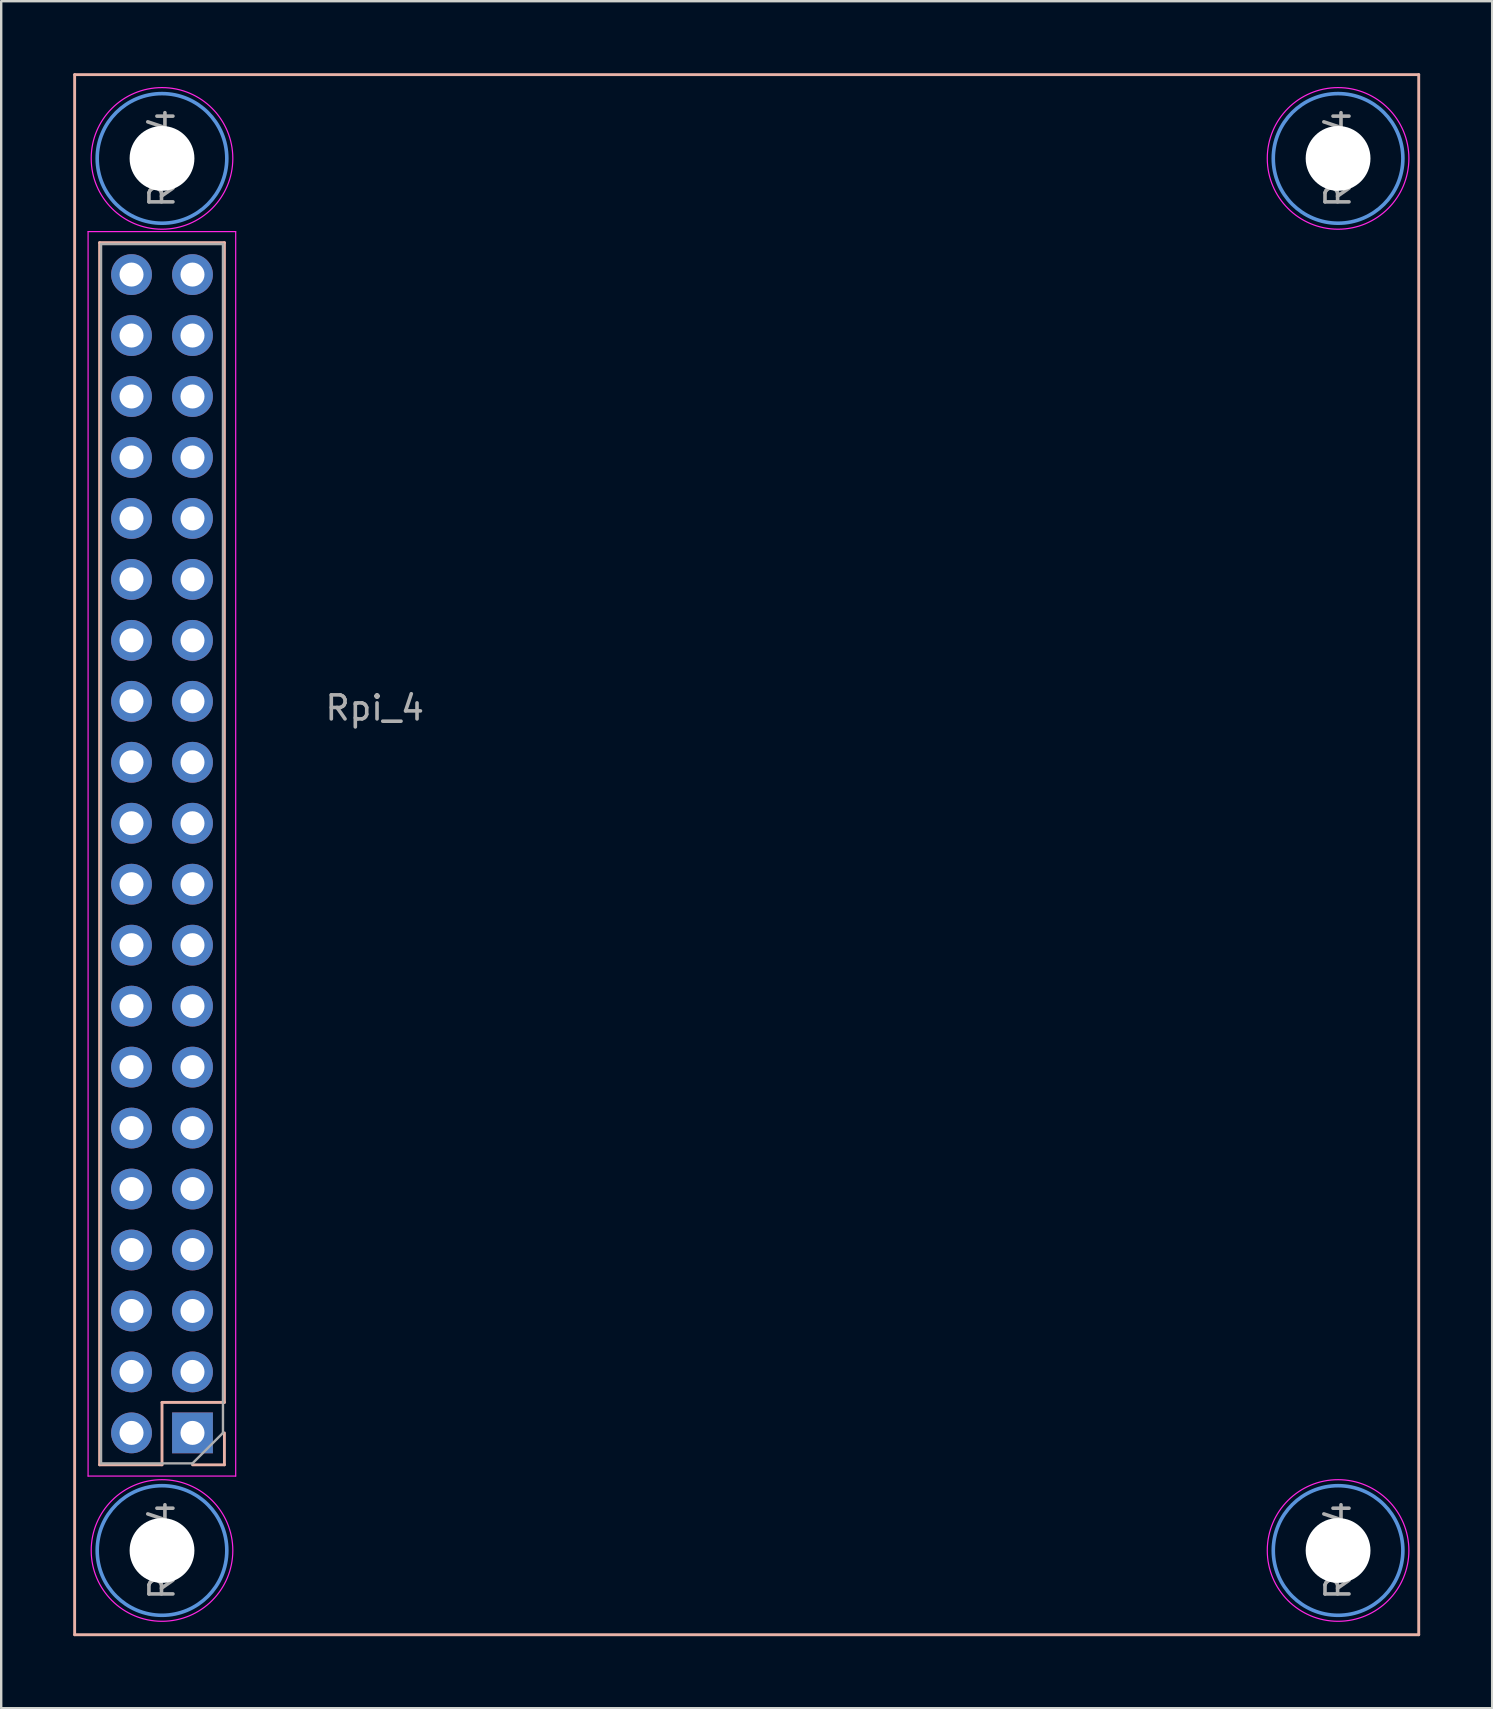
<source format=kicad_pcb>
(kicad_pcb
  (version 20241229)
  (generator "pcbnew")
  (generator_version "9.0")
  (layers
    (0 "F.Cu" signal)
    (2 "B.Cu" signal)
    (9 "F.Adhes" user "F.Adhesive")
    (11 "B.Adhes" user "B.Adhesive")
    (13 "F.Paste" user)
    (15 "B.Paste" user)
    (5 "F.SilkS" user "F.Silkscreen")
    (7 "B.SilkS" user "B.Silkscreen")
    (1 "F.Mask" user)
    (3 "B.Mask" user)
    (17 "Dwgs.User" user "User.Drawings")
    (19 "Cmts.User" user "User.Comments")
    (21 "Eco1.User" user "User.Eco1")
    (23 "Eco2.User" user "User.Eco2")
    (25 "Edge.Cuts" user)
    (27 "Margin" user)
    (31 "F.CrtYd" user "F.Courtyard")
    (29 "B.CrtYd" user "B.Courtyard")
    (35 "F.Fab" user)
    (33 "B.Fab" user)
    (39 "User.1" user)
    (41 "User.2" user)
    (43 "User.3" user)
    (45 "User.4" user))
  (footprint "Rpi_4"
    (layer "F.Cu")
    (at 29.65 34.5)
    (property "Reference" "Rpi_4" (at -17.087 -8.053 180) (layer "F.Fab") (effects (font (size 1 1) (thickness 0.15))))
    (attr through_hole)
    (fp_line (start -29.59 -34.44) (end -29.59 30.56) (stroke (width 0.12) (type solid)) (layer "B.SilkS"))
    (fp_line (start -29.59 30.56) (end 26.41 30.56) (stroke (width 0.12) (type solid)) (layer "B.SilkS"))
    (fp_line (start -28.55 23.48) (end -28.55 -27.44) (stroke (width 0.12) (type solid)) (layer "B.SilkS"))
    (fp_line (start -25.95 20.88) (end -25.95 23.48) (stroke (width 0.12) (type solid)) (layer "B.SilkS"))
    (fp_line (start -25.95 23.48) (end -28.55 23.48) (stroke (width 0.12) (type solid)) (layer "B.SilkS"))
    (fp_line (start -23.35 -27.44) (end -28.55 -27.44) (stroke (width 0.12) (type solid)) (layer "B.SilkS"))
    (fp_line (start -23.35 20.88) (end -25.95 20.88) (stroke (width 0.12) (type solid)) (layer "B.SilkS"))
    (fp_line (start -23.35 20.88) (end -23.35 -27.44) (stroke (width 0.12) (type solid)) (layer "B.SilkS"))
    (fp_line (start -23.35 22.15) (end -23.35 23.48) (stroke (width 0.12) (type solid)) (layer "B.SilkS"))
    (fp_line (start -23.35 23.48) (end -24.68 23.48) (stroke (width 0.12) (type solid)) (layer "B.SilkS"))
    (fp_line (start 26.41 -34.44) (end -29.59 -34.44) (stroke (width 0.12) (type solid)) (layer "B.SilkS"))
    (fp_line (start 26.41 30.56) (end 26.41 -34.44) (stroke (width 0.12) (type solid)) (layer "B.SilkS"))
    (fp_circle (center -25.95 -30.95) (end -25.95 -33.65) (stroke (width 0.15) (type solid)) (fill no) (layer "Cmts.User"))
    (fp_circle (center -25.95 27.05) (end -25.95 24.35) (stroke (width 0.15) (type solid)) (fill no) (layer "Cmts.User"))
    (fp_circle (center 23.05 -30.95) (end 23.05 -33.65) (stroke (width 0.15) (type solid)) (fill no) (layer "Cmts.User"))
    (fp_circle (center 23.05 27.05) (end 23.05 24.35) (stroke (width 0.15) (type solid)) (fill no) (layer "Cmts.User"))
    (fp_line (start -29.03 -27.9) (end -29.03 23.95) (stroke (width 0.05) (type solid)) (layer "F.CrtYd"))
    (fp_line (start -29.03 23.95) (end -22.88 23.95) (stroke (width 0.05) (type solid)) (layer "F.CrtYd"))
    (fp_line (start -22.88 -27.9) (end -29.03 -27.9) (stroke (width 0.05) (type solid)) (layer "F.CrtYd"))
    (fp_line (start -22.88 23.95) (end -22.88 -27.9) (stroke (width 0.05) (type solid)) (layer "F.CrtYd"))
    (fp_circle (center -25.95 -30.95) (end -25.95 -33.9) (stroke (width 0.05) (type solid)) (fill no) (layer "F.CrtYd"))
    (fp_circle (center -25.95 27.05) (end -25.95 24.1) (stroke (width 0.05) (type solid)) (fill no) (layer "F.CrtYd"))
    (fp_circle (center 23.05 -30.95) (end 23.05 -33.9) (stroke (width 0.05) (type solid)) (fill no) (layer "F.CrtYd"))
    (fp_circle (center 23.05 27.05) (end 23.05 24.1) (stroke (width 0.05) (type solid)) (fill no) (layer "F.CrtYd"))
    (fp_line (start -28.49 -27.38) (end -23.41 -27.38) (stroke (width 0.1) (type solid)) (layer "F.Fab"))
    (fp_line (start -28.49 23.42) (end -28.49 -27.38) (stroke (width 0.1) (type solid)) (layer "F.Fab"))
    (fp_line (start -24.68 23.42) (end -28.49 23.42) (stroke (width 0.1) (type solid)) (layer "F.Fab"))
    (fp_line (start -23.41 -27.38) (end -23.41 22.15) (stroke (width 0.1) (type solid)) (layer "F.Fab"))
    (fp_line (start -23.41 22.15) (end -24.68 23.42) (stroke (width 0.1) (type solid)) (layer "F.Fab"))
    (fp_text user "${REFERENCE}" (at 23.05 -30.95 90) (layer "F.Fab") (effects (font (size 1 1) (thickness 0.15))))
    (fp_text user "${REFERENCE}" (at 23.05 27.05 90) (layer "F.Fab") (effects (font (size 1 1) (thickness 0.15))))
    (fp_text user "${REFERENCE}" (at -25.95 27.05 90) (layer "F.Fab") (effects (font (size 1 1) (thickness 0.15))))
    (fp_text user "${REFERENCE}" (at -25.95 -30.95 90) (layer "F.Fab") (effects (font (size 1 1) (thickness 0.15))))
    (pad "" np_thru_hole circle (at -25.95 -30.95 90) (size 2.7 2.7) (drill 2.7) (layers "*.Cu" "*.Mask"))
    (pad "" np_thru_hole circle (at -25.95 27.05 90) (size 2.7 2.7) (drill 2.7) (layers "*.Cu" "*.Mask"))
    (pad "" np_thru_hole circle (at 23.05 -30.95 90) (size 2.7 2.7) (drill 2.7) (layers "*.Cu" "*.Mask"))
    (pad "" np_thru_hole circle (at 23.05 27.05 90) (size 2.7 2.7) (drill 2.7) (layers "*.Cu" "*.Mask"))
    (pad "1" thru_hole rect (at -24.68 22.15 180) (size 1.7 1.7) (drill 1) (layers "*.Cu" "*.Mask"))
    (pad "2" thru_hole oval (at -27.22 22.15 180) (size 1.7 1.7) (drill 1) (layers "*.Cu" "*.Mask"))
    (pad "3" thru_hole oval (at -24.68 19.61 180) (size 1.7 1.7) (drill 1) (layers "*.Cu" "*.Mask"))
    (pad "4" thru_hole oval (at -27.22 19.61 180) (size 1.7 1.7) (drill 1) (layers "*.Cu" "*.Mask"))
    (pad "5" thru_hole oval (at -24.68 17.07 180) (size 1.7 1.7) (drill 1) (layers "*.Cu" "*.Mask"))
    (pad "6" thru_hole oval (at -27.22 17.07 180) (size 1.7 1.7) (drill 1) (layers "*.Cu" "*.Mask"))
    (pad "7" thru_hole oval (at -24.68 14.53 180) (size 1.7 1.7) (drill 1) (layers "*.Cu" "*.Mask"))
    (pad "8" thru_hole oval (at -27.22 14.53 180) (size 1.7 1.7) (drill 1) (layers "*.Cu" "*.Mask"))
    (pad "9" thru_hole oval (at -24.68 11.99 180) (size 1.7 1.7) (drill 1) (layers "*.Cu" "*.Mask"))
    (pad "10" thru_hole oval (at -27.22 11.99 180) (size 1.7 1.7) (drill 1) (layers "*.Cu" "*.Mask"))
    (pad "11" thru_hole oval (at -24.68 9.45 180) (size 1.7 1.7) (drill 1) (layers "*.Cu" "*.Mask"))
    (pad "12" thru_hole oval (at -27.22 9.45 180) (size 1.7 1.7) (drill 1) (layers "*.Cu" "*.Mask"))
    (pad "13" thru_hole oval (at -24.68 6.91 180) (size 1.7 1.7) (drill 1) (layers "*.Cu" "*.Mask"))
    (pad "14" thru_hole oval (at -27.22 6.91 180) (size 1.7 1.7) (drill 1) (layers "*.Cu" "*.Mask"))
    (pad "15" thru_hole oval (at -24.68 4.37 180) (size 1.7 1.7) (drill 1) (layers "*.Cu" "*.Mask"))
    (pad "16" thru_hole oval (at -27.22 4.37 180) (size 1.7 1.7) (drill 1) (layers "*.Cu" "*.Mask"))
    (pad "17" thru_hole oval (at -24.68 1.83 180) (size 1.7 1.7) (drill 1) (layers "*.Cu" "*.Mask"))
    (pad "18" thru_hole oval (at -27.22 1.83 180) (size 1.7 1.7) (drill 1) (layers "*.Cu" "*.Mask"))
    (pad "19" thru_hole oval (at -24.68 -0.71 180) (size 1.7 1.7) (drill 1) (layers "*.Cu" "*.Mask"))
    (pad "20" thru_hole oval (at -27.22 -0.71 180) (size 1.7 1.7) (drill 1) (layers "*.Cu" "*.Mask"))
    (pad "21" thru_hole oval (at -24.68 -3.25 180) (size 1.7 1.7) (drill 1) (layers "*.Cu" "*.Mask"))
    (pad "22" thru_hole oval (at -27.22 -3.25 180) (size 1.7 1.7) (drill 1) (layers "*.Cu" "*.Mask"))
    (pad "23" thru_hole oval (at -24.68 -5.79 180) (size 1.7 1.7) (drill 1) (layers "*.Cu" "*.Mask"))
    (pad "24" thru_hole oval (at -27.22 -5.79 180) (size 1.7 1.7) (drill 1) (layers "*.Cu" "*.Mask"))
    (pad "25" thru_hole oval (at -24.68 -8.33 180) (size 1.7 1.7) (drill 1) (layers "*.Cu" "*.Mask"))
    (pad "26" thru_hole oval (at -27.22 -8.33 180) (size 1.7 1.7) (drill 1) (layers "*.Cu" "*.Mask"))
    (pad "27" thru_hole oval (at -24.68 -10.87 180) (size 1.7 1.7) (drill 1) (layers "*.Cu" "*.Mask"))
    (pad "28" thru_hole oval (at -27.22 -10.87 180) (size 1.7 1.7) (drill 1) (layers "*.Cu" "*.Mask"))
    (pad "29" thru_hole oval (at -24.68 -13.41 180) (size 1.7 1.7) (drill 1) (layers "*.Cu" "*.Mask"))
    (pad "30" thru_hole oval (at -27.22 -13.41 180) (size 1.7 1.7) (drill 1) (layers "*.Cu" "*.Mask"))
    (pad "31" thru_hole oval (at -24.68 -15.95 180) (size 1.7 1.7) (drill 1) (layers "*.Cu" "*.Mask"))
    (pad "32" thru_hole oval (at -27.22 -15.95 180) (size 1.7 1.7) (drill 1) (layers "*.Cu" "*.Mask"))
    (pad "33" thru_hole oval (at -24.68 -18.49 180) (size 1.7 1.7) (drill 1) (layers "*.Cu" "*.Mask"))
    (pad "34" thru_hole oval (at -27.22 -18.49 180) (size 1.7 1.7) (drill 1) (layers "*.Cu" "*.Mask"))
    (pad "35" thru_hole oval (at -24.68 -21.03 180) (size 1.7 1.7) (drill 1) (layers "*.Cu" "*.Mask"))
    (pad "36" thru_hole oval (at -27.22 -21.03 180) (size 1.7 1.7) (drill 1) (layers "*.Cu" "*.Mask"))
    (pad "37" thru_hole oval (at -24.68 -23.57 180) (size 1.7 1.7) (drill 1) (layers "*.Cu" "*.Mask"))
    (pad "38" thru_hole oval (at -27.22 -23.57 180) (size 1.7 1.7) (drill 1) (layers "*.Cu" "*.Mask"))
    (pad "39" thru_hole oval (at -24.68 -26.11 180) (size 1.7 1.7) (drill 1) (layers "*.Cu" "*.Mask"))
    (pad "40" thru_hole oval (at -27.22 -26.11 180) (size 1.7 1.7) (drill 1) (layers "*.Cu" "*.Mask")))
  (gr_rect
    (start -3 -3)
    (end 59.12 68.12)
    (stroke (width 0.1) (type default))
    (fill no)
    (layer "Edge.Cuts")))
</source>
